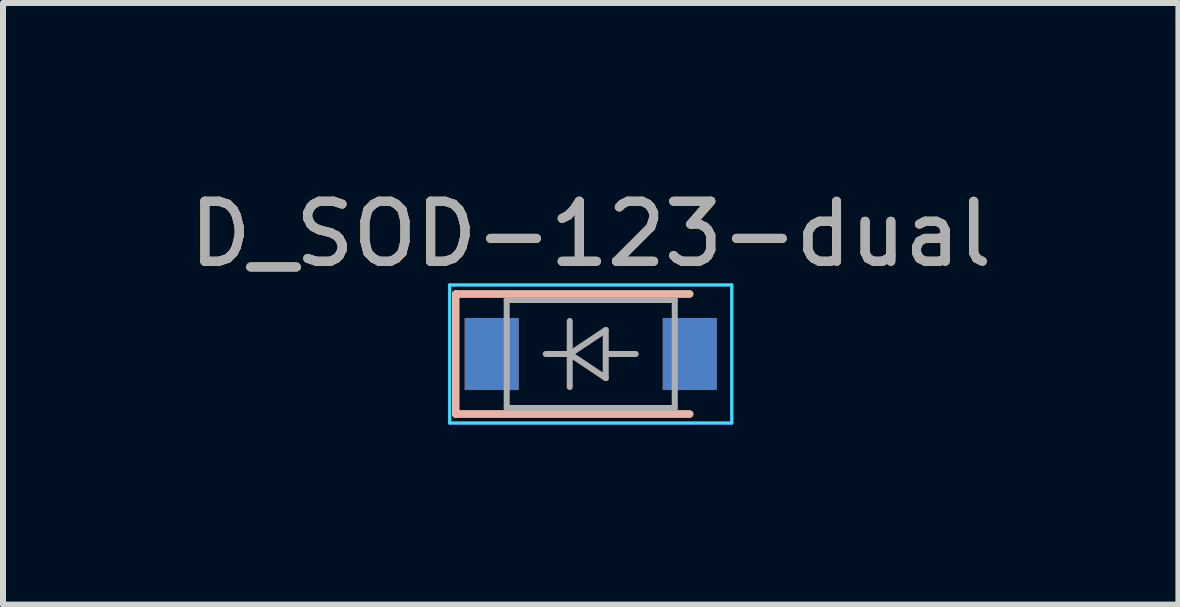
<source format=kicad_pcb>
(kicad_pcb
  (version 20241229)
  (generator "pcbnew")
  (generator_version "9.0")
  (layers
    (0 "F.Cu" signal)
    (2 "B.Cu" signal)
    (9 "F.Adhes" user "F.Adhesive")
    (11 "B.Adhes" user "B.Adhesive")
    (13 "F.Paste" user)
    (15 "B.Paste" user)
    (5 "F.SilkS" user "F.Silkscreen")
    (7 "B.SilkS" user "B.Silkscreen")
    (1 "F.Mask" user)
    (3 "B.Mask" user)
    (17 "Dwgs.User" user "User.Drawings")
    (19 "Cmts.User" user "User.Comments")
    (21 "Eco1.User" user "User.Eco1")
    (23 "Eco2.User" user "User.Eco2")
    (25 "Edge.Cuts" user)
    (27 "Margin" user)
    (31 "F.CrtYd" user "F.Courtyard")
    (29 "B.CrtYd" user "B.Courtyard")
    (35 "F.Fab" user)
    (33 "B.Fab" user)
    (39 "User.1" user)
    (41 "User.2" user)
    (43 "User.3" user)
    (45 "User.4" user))
  (footprint "D_SOD-123-dual"
    (layer "F.Cu")
    (at 6.792 2.848)
    (property "Reference" "D_SOD-123-dual" (at 0 -2 0) (layer "F.SilkS") (effects (font (size 1 1) (thickness 0.15))))
    (attr smd)
    (fp_line (start -2.25 -1) (end -2.25 1) (stroke (width 0.12) (type solid)) (layer "F.SilkS"))
    (fp_line (start -2.25 -1) (end 1.65 -1) (stroke (width 0.12) (type solid)) (layer "F.SilkS"))
    (fp_line (start -2.25 1) (end 1.65 1) (stroke (width 0.12) (type solid)) (layer "F.SilkS"))
    (fp_line (start -2.25 -1) (end -2.25 1) (stroke (width 0.12) (type solid)) (layer "B.SilkS"))
    (fp_line (start -2.25 -1) (end 1.65 -1) (stroke (width 0.12) (type solid)) (layer "B.SilkS"))
    (fp_line (start -2.25 1) (end 1.65 1) (stroke (width 0.12) (type solid)) (layer "B.SilkS"))
    (fp_line (start -2.35 -1.15) (end -2.35 1.15) (stroke (width 0.05) (type solid)) (layer "B.CrtYd"))
    (fp_line (start -2.35 -1.15) (end 2.35 -1.15) (stroke (width 0.05) (type solid)) (layer "B.CrtYd"))
    (fp_line (start 2.35 -1.15) (end 2.35 1.15) (stroke (width 0.05) (type solid)) (layer "B.CrtYd"))
    (fp_line (start 2.35 1.15) (end -2.35 1.15) (stroke (width 0.05) (type solid)) (layer "B.CrtYd"))
    (fp_line (start -2.35 -1.15) (end -2.35 1.15) (stroke (width 0.05) (type solid)) (layer "F.CrtYd"))
    (fp_line (start -2.35 -1.15) (end 2.35 -1.15) (stroke (width 0.05) (type solid)) (layer "F.CrtYd"))
    (fp_line (start 2.35 -1.15) (end 2.35 1.15) (stroke (width 0.05) (type solid)) (layer "F.CrtYd"))
    (fp_line (start 2.35 1.15) (end -2.35 1.15) (stroke (width 0.05) (type solid)) (layer "F.CrtYd"))
    (fp_line (start -1.4 -0.9) (end 1.4 -0.9) (stroke (width 0.1) (type solid)) (layer "F.Fab"))
    (fp_line (start -1.4 0.9) (end -1.4 -0.9) (stroke (width 0.1) (type solid)) (layer "F.Fab"))
    (fp_line (start -0.75 0) (end -0.35 0) (stroke (width 0.1) (type solid)) (layer "F.Fab"))
    (fp_line (start -0.35 0) (end -0.35 -0.55) (stroke (width 0.1) (type solid)) (layer "F.Fab"))
    (fp_line (start -0.35 0) (end -0.35 0.55) (stroke (width 0.1) (type solid)) (layer "F.Fab"))
    (fp_line (start -0.35 0) (end 0.25 -0.4) (stroke (width 0.1) (type solid)) (layer "F.Fab"))
    (fp_line (start 0.25 -0.4) (end 0.25 0.4) (stroke (width 0.1) (type solid)) (layer "F.Fab"))
    (fp_line (start 0.25 0) (end 0.75 0) (stroke (width 0.1) (type solid)) (layer "F.Fab"))
    (fp_line (start 0.25 0.4) (end -0.35 0) (stroke (width 0.1) (type solid)) (layer "F.Fab"))
    (fp_line (start 1.4 -0.9) (end 1.4 0.9) (stroke (width 0.1) (type solid)) (layer "F.Fab"))
    (fp_line (start 1.4 0.9) (end -1.4 0.9) (stroke (width 0.1) (type solid)) (layer "F.Fab"))
    (fp_text user "${REFERENCE}" (at 0 -2 0) (layer "F.Fab") (effects (font (size 1 1) (thickness 0.15))))
    (pad "1" smd rect (at -1.65 0) (size 0.9 1.2) (layers "F.Cu" "F.Mask" "F.Paste"))
    (pad "1" smd rect (at -1.65 0) (size 0.9 1.2) (layers "B.Cu" "B.Mask" "B.Paste"))
    (pad "2" smd rect (at 1.65 0) (size 0.9 1.2) (layers "F.Cu" "F.Mask" "F.Paste"))
    (pad "2" smd rect (at 1.65 0) (size 0.9 1.2) (layers "B.Cu" "B.Mask" "B.Paste")))
  (gr_rect
    (start -3 -3)
    (end 16.583 7.023)
    (stroke (width 0.1) (type default))
    (fill no)
    (layer "Edge.Cuts")))
</source>
